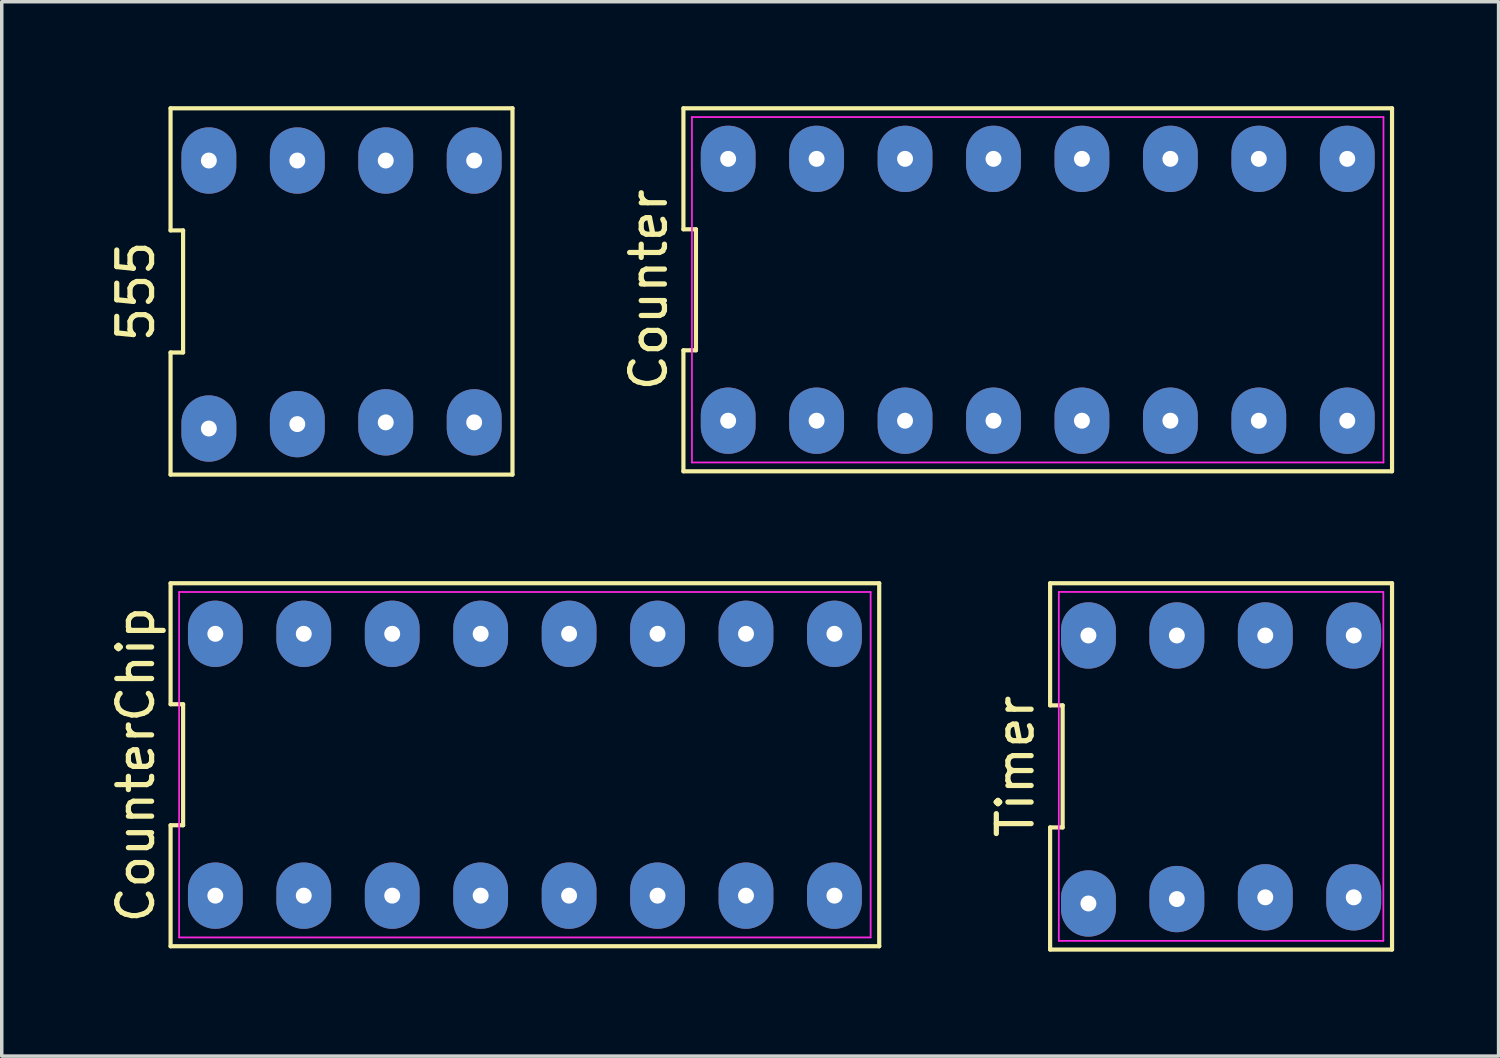
<source format=kicad_pcb>
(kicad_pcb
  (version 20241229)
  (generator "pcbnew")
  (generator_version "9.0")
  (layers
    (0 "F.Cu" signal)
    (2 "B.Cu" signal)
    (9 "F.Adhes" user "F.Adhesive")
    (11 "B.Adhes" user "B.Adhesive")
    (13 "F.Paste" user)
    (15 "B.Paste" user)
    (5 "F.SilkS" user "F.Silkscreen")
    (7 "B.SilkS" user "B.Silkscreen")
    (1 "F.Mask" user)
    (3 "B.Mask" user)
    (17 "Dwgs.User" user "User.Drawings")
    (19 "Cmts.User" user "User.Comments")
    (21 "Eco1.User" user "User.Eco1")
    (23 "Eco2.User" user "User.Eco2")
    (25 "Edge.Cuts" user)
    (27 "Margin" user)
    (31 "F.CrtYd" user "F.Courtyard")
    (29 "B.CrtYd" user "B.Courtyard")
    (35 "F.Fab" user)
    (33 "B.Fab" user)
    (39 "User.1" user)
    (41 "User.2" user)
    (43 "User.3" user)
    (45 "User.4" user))
  (footprint "555"
    (layer "F.Cu")
    (at 2.948 9.257)
    (property "Reference" "555" (at -2.1 -3.937 90) (layer "F.SilkS") (effects (font (size 1 1) (thickness 0.15))))
    (attr through_hole)
    (fp_line (start -1.1 -9.197) (end -1.1 -5.69) (stroke (width 0.12) (type default)) (layer "F.SilkS"))
    (fp_line (start -1.1 -5.69) (end -0.74 -5.69) (stroke (width 0.12) (type default)) (layer "F.SilkS"))
    (fp_line (start -1.1 -2.184) (end -1.1 1.323) (stroke (width 0.12) (type default)) (layer "F.SilkS"))
    (fp_line (start -1.1 1.323) (end 8.72 1.323) (stroke (width 0.12) (type default)) (layer "F.SilkS"))
    (fp_line (start -0.74 -5.69) (end -0.74 -2.184) (stroke (width 0.12) (type default)) (layer "F.SilkS"))
    (fp_line (start -0.74 -2.184) (end -1.1 -2.184) (stroke (width 0.12) (type default)) (layer "F.SilkS"))
    (fp_line (start 8.72 -9.197) (end -1.1 -9.197) (stroke (width 0.12) (type default)) (layer "F.SilkS"))
    (fp_line (start 8.72 1.323) (end 8.72 -9.197) (stroke (width 0.12) (type default)) (layer "F.SilkS"))
    (pad "1" thru_hole oval (at 0 0) (size 1.575 1.905) (drill 0.457) (layers "*.Cu" "*.Mask"))
    (pad "2" thru_hole oval (at 2.54 -0.127) (size 1.575 1.905) (drill 0.457) (layers "*.Cu" "*.Mask"))
    (pad "3" thru_hole oval (at 5.08 -0.177) (size 1.575 1.905) (drill 0.457) (layers "*.Cu" "*.Mask"))
    (pad "4" thru_hole oval (at 7.62 -0.177) (size 1.575 1.905) (drill 0.457) (layers "*.Cu" "*.Mask"))
    (pad "5" thru_hole oval (at 7.62 -7.697) (size 1.575 1.905) (drill 0.457) (layers "*.Cu" "*.Mask"))
    (pad "6" thru_hole oval (at 5.08 -7.697) (size 1.575 1.905) (drill 0.457) (layers "*.Cu" "*.Mask"))
    (pad "7" thru_hole oval (at 2.54 -7.697) (size 1.575 1.905) (drill 0.457) (layers "*.Cu" "*.Mask"))
    (pad "8" thru_hole oval (at 0 -7.697) (size 1.575 1.905) (drill 0.457) (layers "*.Cu" "*.Mask")))
  (footprint "CounterChip"
    (layer "F.Cu")
    (at 3.109 22.647)
    (property "Reference" "CounterChip" (at -2.26 -3.735 90) (layer "F.SilkS") (effects (font (size 1 1) (thickness 0.15))))
    (attr through_hole)
    (fp_line (start -1.26 -8.947) (end -1.26 -5.472) (stroke (width 0.12) (type default)) (layer "F.SilkS"))
    (fp_line (start -1.26 -5.472) (end -0.9 -5.472) (stroke (width 0.12) (type default)) (layer "F.SilkS"))
    (fp_line (start -1.26 -1.997) (end -1.26 1.478) (stroke (width 0.12) (type default)) (layer "F.SilkS"))
    (fp_line (start -1.26 1.478) (end 19.091 1.478) (stroke (width 0.12) (type default)) (layer "F.SilkS"))
    (fp_line (start -0.9 -5.472) (end -0.9 -1.997) (stroke (width 0.12) (type default)) (layer "F.SilkS"))
    (fp_line (start -0.9 -1.997) (end -1.26 -1.997) (stroke (width 0.12) (type default)) (layer "F.SilkS"))
    (fp_line (start 19.091 -8.947) (end -1.26 -8.947) (stroke (width 0.12) (type default)) (layer "F.SilkS"))
    (fp_line (start 19.091 1.478) (end 19.091 -8.947) (stroke (width 0.12) (type default)) (layer "F.SilkS"))
    (fp_line (start -1.015 -8.695) (end 18.845 -8.695) (stroke (width 0.05) (type default)) (layer "F.CrtYd"))
    (fp_line (start -1.015 1.225) (end -1.015 -8.695) (stroke (width 0.05) (type default)) (layer "F.CrtYd"))
    (fp_line (start 18.845 -8.695) (end 18.845 1.225) (stroke (width 0.05) (type default)) (layer "F.CrtYd"))
    (fp_line (start 18.845 1.225) (end -1.015 1.225) (stroke (width 0.05) (type default)) (layer "F.CrtYd"))
    (pad "1" thru_hole oval (at 0.025 0.025) (size 1.572 1.905) (drill 0.457) (layers "*.Cu" "*.Mask"))
    (pad "2" thru_hole oval (at 2.565 0.025) (size 1.572 1.905) (drill 0.457) (layers "*.Cu" "*.Mask"))
    (pad "3" thru_hole oval (at 5.105 0.025) (size 1.572 1.905) (drill 0.457) (layers "*.Cu" "*.Mask"))
    (pad "4" thru_hole oval (at 7.645 0.025) (size 1.572 1.905) (drill 0.457) (layers "*.Cu" "*.Mask"))
    (pad "5" thru_hole oval (at 10.185 0.025) (size 1.572 1.905) (drill 0.457) (layers "*.Cu" "*.Mask"))
    (pad "6" thru_hole oval (at 12.725 0.025) (size 1.572 1.905) (drill 0.457) (layers "*.Cu" "*.Mask"))
    (pad "7" thru_hole oval (at 15.265 0.025) (size 1.572 1.905) (drill 0.457) (layers "*.Cu" "*.Mask"))
    (pad "8" thru_hole oval (at 17.805 0.025) (size 1.572 1.905) (drill 0.457) (layers "*.Cu" "*.Mask"))
    (pad "9" thru_hole oval (at 17.805 -7.495) (size 1.572 1.905) (drill 0.457) (layers "*.Cu" "*.Mask"))
    (pad "10" thru_hole oval (at 15.265 -7.495) (size 1.572 1.905) (drill 0.457) (layers "*.Cu" "*.Mask"))
    (pad "11" thru_hole oval (at 12.725 -7.495) (size 1.572 1.905) (drill 0.457) (layers "*.Cu" "*.Mask"))
    (pad "12" thru_hole oval (at 10.185 -7.495) (size 1.572 1.905) (drill 0.457) (layers "*.Cu" "*.Mask"))
    (pad "13" thru_hole oval (at 7.645 -7.495) (size 1.572 1.905) (drill 0.457) (layers "*.Cu" "*.Mask"))
    (pad "14" thru_hole oval (at 5.105 -7.495) (size 1.572 1.905) (drill 0.457) (layers "*.Cu" "*.Mask"))
    (pad "15" thru_hole oval (at 2.565 -7.495) (size 1.572 1.905) (drill 0.457) (layers "*.Cu" "*.Mask"))
    (pad "16" thru_hole oval (at 0.025 -7.495) (size 1.572 1.905) (drill 0.457) (layers "*.Cu" "*.Mask")))
  (footprint "Timer"
    (layer "F.Cu")
    (at 28.208 22.897)
    (property "Reference" "Timer" (at -2.1 -3.937 90) (layer "F.SilkS") (effects (font (size 1 1) (thickness 0.15))))
    (attr through_hole)
    (fp_line (start -1.1 -9.197) (end -1.1 -5.69) (stroke (width 0.12) (type default)) (layer "F.SilkS"))
    (fp_line (start -1.1 -5.69) (end -0.74 -5.69) (stroke (width 0.12) (type default)) (layer "F.SilkS"))
    (fp_line (start -1.1 -2.184) (end -1.1 1.323) (stroke (width 0.12) (type default)) (layer "F.SilkS"))
    (fp_line (start -1.1 1.323) (end 8.72 1.323) (stroke (width 0.12) (type default)) (layer "F.SilkS"))
    (fp_line (start -0.74 -5.69) (end -0.74 -2.184) (stroke (width 0.12) (type default)) (layer "F.SilkS"))
    (fp_line (start -0.74 -2.184) (end -1.1 -2.184) (stroke (width 0.12) (type default)) (layer "F.SilkS"))
    (fp_line (start 8.72 -9.197) (end -1.1 -9.197) (stroke (width 0.12) (type default)) (layer "F.SilkS"))
    (fp_line (start 8.72 1.323) (end 8.72 -9.197) (stroke (width 0.12) (type default)) (layer "F.SilkS"))
    (fp_line (start -0.85 -8.947) (end 8.47 -8.947) (stroke (width 0.05) (type default)) (layer "F.CrtYd"))
    (fp_line (start -0.85 1.073) (end -0.85 -8.947) (stroke (width 0.05) (type default)) (layer "F.CrtYd"))
    (fp_line (start 8.47 -8.947) (end 8.47 1.073) (stroke (width 0.05) (type default)) (layer "F.CrtYd"))
    (fp_line (start 8.47 1.073) (end -0.85 1.073) (stroke (width 0.05) (type default)) (layer "F.CrtYd"))
    (pad "1" thru_hole oval (at 0 0) (size 1.575 1.905) (drill 0.457) (layers "*.Cu" "*.Mask"))
    (pad "2" thru_hole oval (at 2.54 -0.127) (size 1.575 1.905) (drill 0.457) (layers "*.Cu" "*.Mask"))
    (pad "3" thru_hole oval (at 5.08 -0.177) (size 1.575 1.905) (drill 0.457) (layers "*.Cu" "*.Mask"))
    (pad "4" thru_hole oval (at 7.62 -0.177) (size 1.575 1.905) (drill 0.457) (layers "*.Cu" "*.Mask"))
    (pad "5" thru_hole oval (at 7.62 -7.697) (size 1.575 1.905) (drill 0.457) (layers "*.Cu" "*.Mask"))
    (pad "6" thru_hole oval (at 5.08 -7.697) (size 1.575 1.905) (drill 0.457) (layers "*.Cu" "*.Mask"))
    (pad "7" thru_hole oval (at 2.54 -7.697) (size 1.575 1.905) (drill 0.457) (layers "*.Cu" "*.Mask"))
    (pad "8" thru_hole oval (at 0 -7.697) (size 1.575 1.905) (drill 0.457) (layers "*.Cu" "*.Mask")))
  (footprint "Counter"
    (layer "F.Cu")
    (at 17.837 9.007)
    (property "Reference" "Counter" (at -2.26 -3.735 90) (layer "F.SilkS") (effects (font (size 1 1) (thickness 0.15))))
    (attr through_hole)
    (fp_line (start -1.26 -8.947) (end -1.26 -5.472) (stroke (width 0.12) (type default)) (layer "F.SilkS"))
    (fp_line (start -1.26 -5.472) (end -0.9 -5.472) (stroke (width 0.12) (type default)) (layer "F.SilkS"))
    (fp_line (start -1.26 -1.997) (end -1.26 1.478) (stroke (width 0.12) (type default)) (layer "F.SilkS"))
    (fp_line (start -1.26 1.478) (end 19.091 1.478) (stroke (width 0.12) (type default)) (layer "F.SilkS"))
    (fp_line (start -0.9 -5.472) (end -0.9 -1.997) (stroke (width 0.12) (type default)) (layer "F.SilkS"))
    (fp_line (start -0.9 -1.997) (end -1.26 -1.997) (stroke (width 0.12) (type default)) (layer "F.SilkS"))
    (fp_line (start 19.091 -8.947) (end -1.26 -8.947) (stroke (width 0.12) (type default)) (layer "F.SilkS"))
    (fp_line (start 19.091 1.478) (end 19.091 -8.947) (stroke (width 0.12) (type default)) (layer "F.SilkS"))
    (fp_line (start -1.015 -8.695) (end 18.845 -8.695) (stroke (width 0.05) (type default)) (layer "F.CrtYd"))
    (fp_line (start -1.015 1.225) (end -1.015 -8.695) (stroke (width 0.05) (type default)) (layer "F.CrtYd"))
    (fp_line (start 18.845 -8.695) (end 18.845 1.225) (stroke (width 0.05) (type default)) (layer "F.CrtYd"))
    (fp_line (start 18.845 1.225) (end -1.015 1.225) (stroke (width 0.05) (type default)) (layer "F.CrtYd"))
    (pad "1" thru_hole oval (at 0.025 0.025) (size 1.572 1.905) (drill 0.457) (layers "*.Cu" "*.Mask"))
    (pad "2" thru_hole oval (at 2.565 0.025) (size 1.572 1.905) (drill 0.457) (layers "*.Cu" "*.Mask"))
    (pad "3" thru_hole oval (at 5.105 0.025) (size 1.572 1.905) (drill 0.457) (layers "*.Cu" "*.Mask"))
    (pad "4" thru_hole oval (at 7.645 0.025) (size 1.572 1.905) (drill 0.457) (layers "*.Cu" "*.Mask"))
    (pad "5" thru_hole oval (at 10.185 0.025) (size 1.572 1.905) (drill 0.457) (layers "*.Cu" "*.Mask"))
    (pad "6" thru_hole oval (at 12.725 0.025) (size 1.572 1.905) (drill 0.457) (layers "*.Cu" "*.Mask"))
    (pad "7" thru_hole oval (at 15.265 0.025) (size 1.572 1.905) (drill 0.457) (layers "*.Cu" "*.Mask"))
    (pad "8" thru_hole oval (at 17.805 0.025) (size 1.572 1.905) (drill 0.457) (layers "*.Cu" "*.Mask"))
    (pad "9" thru_hole oval (at 17.805 -7.495) (size 1.572 1.905) (drill 0.457) (layers "*.Cu" "*.Mask"))
    (pad "10" thru_hole oval (at 15.265 -7.495) (size 1.572 1.905) (drill 0.457) (layers "*.Cu" "*.Mask"))
    (pad "11" thru_hole oval (at 12.725 -7.495) (size 1.572 1.905) (drill 0.457) (layers "*.Cu" "*.Mask"))
    (pad "12" thru_hole oval (at 10.185 -7.495) (size 1.572 1.905) (drill 0.457) (layers "*.Cu" "*.Mask"))
    (pad "13" thru_hole oval (at 7.645 -7.495) (size 1.572 1.905) (drill 0.457) (layers "*.Cu" "*.Mask"))
    (pad "14" thru_hole oval (at 5.105 -7.495) (size 1.572 1.905) (drill 0.457) (layers "*.Cu" "*.Mask"))
    (pad "15" thru_hole oval (at 2.565 -7.495) (size 1.572 1.905) (drill 0.457) (layers "*.Cu" "*.Mask"))
    (pad "16" thru_hole oval (at 0.025 -7.495) (size 1.572 1.905) (drill 0.457) (layers "*.Cu" "*.Mask")))
  (gr_rect
    (start -3 -3)
    (end 39.988 27.28)
    (stroke (width 0.1) (type default))
    (fill no)
    (layer "Edge.Cuts")))
</source>
